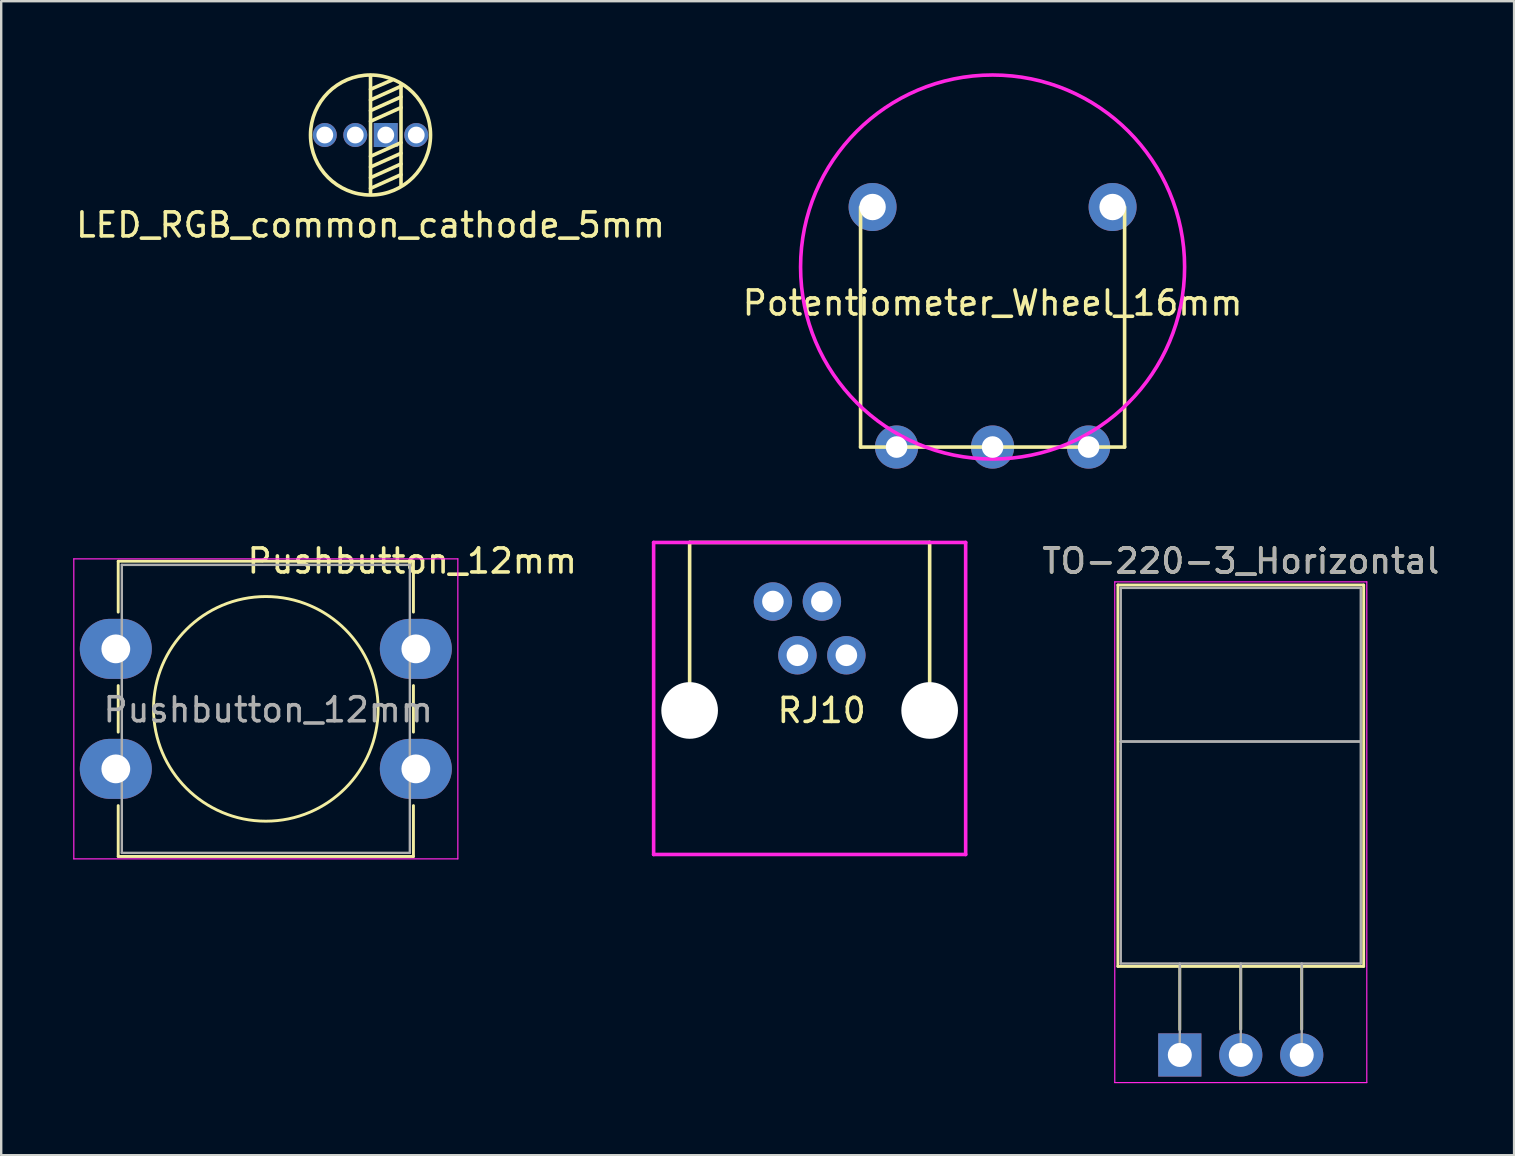
<source format=kicad_pcb>
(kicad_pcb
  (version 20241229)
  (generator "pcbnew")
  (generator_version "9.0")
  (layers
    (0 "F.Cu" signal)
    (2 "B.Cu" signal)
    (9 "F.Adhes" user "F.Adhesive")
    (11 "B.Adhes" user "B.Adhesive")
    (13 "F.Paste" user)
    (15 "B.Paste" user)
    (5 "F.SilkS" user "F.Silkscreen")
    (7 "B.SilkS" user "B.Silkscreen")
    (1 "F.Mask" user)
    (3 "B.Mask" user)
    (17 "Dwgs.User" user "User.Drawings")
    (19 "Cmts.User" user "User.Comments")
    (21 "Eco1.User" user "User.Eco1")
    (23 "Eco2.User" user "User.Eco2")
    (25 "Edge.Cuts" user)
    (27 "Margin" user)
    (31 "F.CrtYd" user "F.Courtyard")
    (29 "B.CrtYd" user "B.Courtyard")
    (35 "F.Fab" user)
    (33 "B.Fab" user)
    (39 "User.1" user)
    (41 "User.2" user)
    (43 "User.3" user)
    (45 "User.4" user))
  (footprint "Pushbutton_12mm"
    (layer "F.Cu")
    (at 8.025 26.483)
    (property "Reference" "Pushbutton_12mm" (at 6.1 -6.16 0) (layer "F.SilkS") (effects (font (size 1 1) (thickness 0.15))))
    (attr through_hole)
    (fp_line (start -6.15 -6.15) (end 6.15 -6.15) (stroke (width 0.12) (type solid)) (layer "F.SilkS"))
    (fp_line (start -6.15 -4.03) (end -6.15 -6.15) (stroke (width 0.12) (type solid)) (layer "F.SilkS"))
    (fp_line (start -6.15 0.97) (end -6.15 -0.97) (stroke (width 0.12) (type solid)) (layer "F.SilkS"))
    (fp_line (start -6.15 6.15) (end -6.15 4.03) (stroke (width 0.12) (type solid)) (layer "F.SilkS"))
    (fp_line (start 6.15 -6.15) (end 6.15 -4.03) (stroke (width 0.12) (type solid)) (layer "F.SilkS"))
    (fp_line (start 6.15 -0.97) (end 6.15 0.97) (stroke (width 0.12) (type solid)) (layer "F.SilkS"))
    (fp_line (start 6.15 4.03) (end 6.15 6.15) (stroke (width 0.12) (type solid)) (layer "F.SilkS"))
    (fp_line (start 6.15 6.15) (end -6.15 6.15) (stroke (width 0.12) (type solid)) (layer "F.SilkS"))
    (fp_circle (center 0 0) (end 4.679 0.04) (stroke (width 0.12) (type solid)) (fill no) (layer "F.SilkS"))
    (fp_line (start -8 -6.25) (end -8 6.25) (stroke (width 0.05) (type solid)) (layer "F.CrtYd"))
    (fp_line (start -8 6.25) (end 8 6.25) (stroke (width 0.05) (type solid)) (layer "F.CrtYd"))
    (fp_line (start 8 -6.25) (end -8 -6.25) (stroke (width 0.05) (type solid)) (layer "F.CrtYd"))
    (fp_line (start 8 6.25) (end 8 -6.25) (stroke (width 0.05) (type solid)) (layer "F.CrtYd"))
    (fp_line (start -6 -6) (end -6 6) (stroke (width 0.1) (type solid)) (layer "F.Fab"))
    (fp_line (start -6 6) (end 6 6) (stroke (width 0.1) (type solid)) (layer "F.Fab"))
    (fp_line (start 6 -6) (end -6 -6) (stroke (width 0.1) (type solid)) (layer "F.Fab"))
    (fp_line (start 6 6) (end 6 -6) (stroke (width 0.1) (type solid)) (layer "F.Fab"))
    (fp_text user "${REFERENCE}" (at 0.1 0.04 0) (layer "F.Fab") (effects (font (size 1 1) (thickness 0.15))))
    (pad "1" thru_hole oval (at -6.25 -2.5) (size 3 2.5) (drill 1.2) (layers "*.Cu" "*.Mask"))
    (pad "1" thru_hole oval (at 6.25 -2.5) (size 3 2.5) (drill 1.2) (layers "*.Cu" "*.Mask"))
    (pad "2" thru_hole oval (at -6.25 2.5) (size 3 2.5) (drill 1.2) (layers "*.Cu" "*.Mask"))
    (pad "2" thru_hole oval (at 6.25 2.5) (size 3 2.5) (drill 1.2) (layers "*.Cu" "*.Mask")))
  (footprint "Potentiometer_Wheel_16mm"
    (layer "F.Cu")
    (at 38.304 9.575)
    (property "Reference" "Potentiometer_Wheel_16mm" (at 0 0 0) (layer "F.SilkS") (effects (font (size 1 1) (thickness 0.15))))
    (attr through_hole)
    (fp_line (start -5.5 -4) (end -5.5 6) (stroke (width 0.15) (type solid)) (layer "F.SilkS"))
    (fp_line (start 5.5 -4) (end 5.5 6) (stroke (width 0.15) (type solid)) (layer "F.SilkS"))
    (fp_line (start 5.5 6) (end -5.5 6) (stroke (width 0.15) (type solid)) (layer "F.SilkS"))
    (fp_circle (center 0 -1.5) (end 8 -1.5) (stroke (width 0.15) (type solid)) (fill no) (layer "F.CrtYd"))
    (pad "" np_thru_hole circle (at -5 -4) (size 2 2) (drill 1.1) (layers "*.Cu" "*.Mask"))
    (pad "" np_thru_hole circle (at 5 -4) (size 2 2) (drill 1.1) (layers "*.Cu" "*.Mask"))
    (pad "1" thru_hole circle (at -4 6) (size 1.8 1.8) (drill 0.9) (layers "*.Cu" "*.Mask"))
    (pad "2" thru_hole circle (at 0 6) (size 1.8 1.8) (drill 0.9) (layers "*.Cu" "*.Mask"))
    (pad "3" thru_hole circle (at 4 6) (size 1.8 1.8) (drill 0.9) (layers "*.Cu" "*.Mask")))
  (footprint "RJ10"
    (layer "F.Cu")
    (at 30.682 32.55)
    (property "Reference" "RJ10" (at 0.5 -6 0) (layer "F.SilkS") (effects (font (size 1 1) (thickness 0.15))))
    (attr through_hole)
    (fp_line (start -5 -13) (end -5 -6) (stroke (width 0.15) (type solid)) (layer "F.SilkS"))
    (fp_line (start -5 -13) (end 5 -13) (stroke (width 0.15) (type solid)) (layer "F.SilkS"))
    (fp_line (start 5 -13) (end 5 -6) (stroke (width 0.15) (type solid)) (layer "F.SilkS"))
    (fp_line (start -6.5 -13) (end 6.5 -13) (stroke (width 0.15) (type solid)) (layer "F.CrtYd"))
    (fp_line (start -6.5 0) (end -6.5 -13) (stroke (width 0.15) (type solid)) (layer "F.CrtYd"))
    (fp_line (start 6.5 -13) (end 6.5 0) (stroke (width 0.15) (type solid)) (layer "F.CrtYd"))
    (fp_line (start 6.5 0) (end -6.5 0) (stroke (width 0.15) (type solid)) (layer "F.CrtYd"))
    (pad "" np_thru_hole circle (at -5 -6) (size 2.36 2.36) (drill 2.36) (layers "*.Cu" "*.Mask"))
    (pad "" np_thru_hole circle (at 5 -6) (size 2.36 2.36) (drill 2.36) (layers "*.Cu" "*.Mask"))
    (pad "1" thru_hole circle (at 1.53 -8.3) (size 1.6 1.6) (drill 0.9) (layers "*.Cu" "*.Mask"))
    (pad "2" thru_hole circle (at 0.51 -10.54) (size 1.6 1.6) (drill 0.9) (layers "*.Cu" "*.Mask"))
    (pad "3" thru_hole circle (at -0.51 -8.3) (size 1.6 1.6) (drill 0.9) (layers "*.Cu" "*.Mask"))
    (pad "4" thru_hole circle (at -1.53 -10.54) (size 1.6 1.6) (drill 0.9) (layers "*.Cu" "*.Mask")))
  (footprint "TO-220-3_Horizontal"
    (layer "F.Cu")
    (at 46.104 40.903)
    (property "Reference" "TO-220-3_Horizontal" (at 2.54 -20.58 0) (layer "F.SilkS") (effects (font (size 1 1) (thickness 0.15))))
    (attr through_hole)
    (fp_line (start -2.58 -19.58) (end -2.58 -3.69) (stroke (width 0.12) (type solid)) (layer "F.SilkS"))
    (fp_line (start -2.58 -19.58) (end 7.66 -19.58) (stroke (width 0.12) (type solid)) (layer "F.SilkS"))
    (fp_line (start -2.58 -3.69) (end 7.66 -3.69) (stroke (width 0.12) (type solid)) (layer "F.SilkS"))
    (fp_line (start 0 -3.69) (end 0 -1.05) (stroke (width 0.12) (type solid)) (layer "F.SilkS"))
    (fp_line (start 2.54 -3.69) (end 2.54 -1.066) (stroke (width 0.12) (type solid)) (layer "F.SilkS"))
    (fp_line (start 5.08 -3.69) (end 5.08 -1.066) (stroke (width 0.12) (type solid)) (layer "F.SilkS"))
    (fp_line (start 7.66 -19.58) (end 7.66 -3.69) (stroke (width 0.12) (type solid)) (layer "F.SilkS"))
    (fp_line (start -2.71 -19.71) (end -2.71 1.15) (stroke (width 0.05) (type solid)) (layer "F.CrtYd"))
    (fp_line (start -2.71 1.15) (end 7.79 1.15) (stroke (width 0.05) (type solid)) (layer "F.CrtYd"))
    (fp_line (start 7.79 -19.71) (end -2.71 -19.71) (stroke (width 0.05) (type solid)) (layer "F.CrtYd"))
    (fp_line (start 7.79 1.15) (end 7.79 -19.71) (stroke (width 0.05) (type solid)) (layer "F.CrtYd"))
    (fp_line (start -2.46 -19.46) (end 7.54 -19.46) (stroke (width 0.1) (type solid)) (layer "F.Fab"))
    (fp_line (start -2.46 -13.06) (end -2.46 -19.46) (stroke (width 0.1) (type solid)) (layer "F.Fab"))
    (fp_line (start -2.46 -13.06) (end 7.54 -13.06) (stroke (width 0.1) (type solid)) (layer "F.Fab"))
    (fp_line (start -2.46 -3.81) (end -2.46 -13.06) (stroke (width 0.1) (type solid)) (layer "F.Fab"))
    (fp_line (start 0 -3.81) (end 0 0) (stroke (width 0.1) (type solid)) (layer "F.Fab"))
    (fp_line (start 2.54 -3.81) (end 2.54 0) (stroke (width 0.1) (type solid)) (layer "F.Fab"))
    (fp_line (start 5.08 -3.81) (end 5.08 0) (stroke (width 0.1) (type solid)) (layer "F.Fab"))
    (fp_line (start 7.54 -19.46) (end 7.54 -13.06) (stroke (width 0.1) (type solid)) (layer "F.Fab"))
    (fp_line (start 7.54 -13.06) (end -2.46 -13.06) (stroke (width 0.1) (type solid)) (layer "F.Fab"))
    (fp_line (start 7.54 -13.06) (end 7.54 -3.81) (stroke (width 0.1) (type solid)) (layer "F.Fab"))
    (fp_line (start 7.54 -3.81) (end -2.46 -3.81) (stroke (width 0.1) (type solid)) (layer "F.Fab"))
    (fp_text user "${REFERENCE}" (at 2.54 -20.58 0) (layer "F.Fab") (effects (font (size 1 1) (thickness 0.15))))
    (pad "1" thru_hole rect (at 0 0) (size 1.8 1.8) (drill 1) (layers "*.Cu" "*.Mask"))
    (pad "2" thru_hole oval (at 2.54 0) (size 1.8 1.8) (drill 1) (layers "*.Cu" "*.Mask"))
    (pad "3" thru_hole oval (at 5.08 0) (size 1.8 1.8) (drill 1) (layers "*.Cu" "*.Mask")))
  (footprint "LED_RGB_common_cathode_5mm"
    (layer "F.Cu")
    (at 12.387 2.575)
    (property "Reference" "LED_RGB_common_cathode_5mm" (at 0 3.747 0) (layer "F.SilkS") (effects (font (size 1 1) (thickness 0.15))))
    (attr through_hole)
    (fp_line (start 0 -2.477) (end 0 2.413) (stroke (width 0.15) (type solid)) (layer "F.SilkS"))
    (fp_line (start 0.889 -2.286) (end 0 -1.905) (stroke (width 0.15) (type solid)) (layer "F.SilkS"))
    (fp_line (start 1.27 -2.095) (end 1.27 2.095) (stroke (width 0.15) (type solid)) (layer "F.SilkS"))
    (fp_line (start 1.27 -2.032) (end 0 -1.46) (stroke (width 0.15) (type solid)) (layer "F.SilkS"))
    (fp_line (start 1.27 -1.587) (end 0 -1.016) (stroke (width 0.15) (type solid)) (layer "F.SilkS"))
    (fp_line (start 1.27 -1.143) (end 0 -0.572) (stroke (width 0.15) (type solid)) (layer "F.SilkS"))
    (fp_line (start 1.27 0.318) (end 0 0.889) (stroke (width 0.15) (type solid)) (layer "F.SilkS"))
    (fp_line (start 1.27 0.762) (end 0 1.333) (stroke (width 0.15) (type solid)) (layer "F.SilkS"))
    (fp_line (start 1.27 1.206) (end 0 1.778) (stroke (width 0.15) (type solid)) (layer "F.SilkS"))
    (fp_line (start 1.27 1.651) (end 0 2.223) (stroke (width 0.15) (type solid)) (layer "F.SilkS"))
    (fp_circle (center 0 0) (end 2.5 0) (stroke (width 0.15) (type solid)) (fill no) (layer "F.SilkS"))
    (pad "1" thru_hole rect (at 0.635 0) (size 1 1) (drill 0.7) (layers "*.Cu" "*.Mask"))
    (pad "2" thru_hole circle (at 1.905 0) (size 1 1) (drill 0.7) (layers "*.Cu" "*.Mask"))
    (pad "3" thru_hole circle (at -0.635 0) (size 1 1) (drill 0.7) (layers "*.Cu" "*.Mask"))
    (pad "4" thru_hole circle (at -1.905 0) (size 1 1) (drill 0.7) (layers "*.Cu" "*.Mask")))
  (gr_rect
    (start -3 -3)
    (end 60.031 45.078)
    (stroke (width 0.1) (type default))
    (fill no)
    (layer "Edge.Cuts")))
</source>
